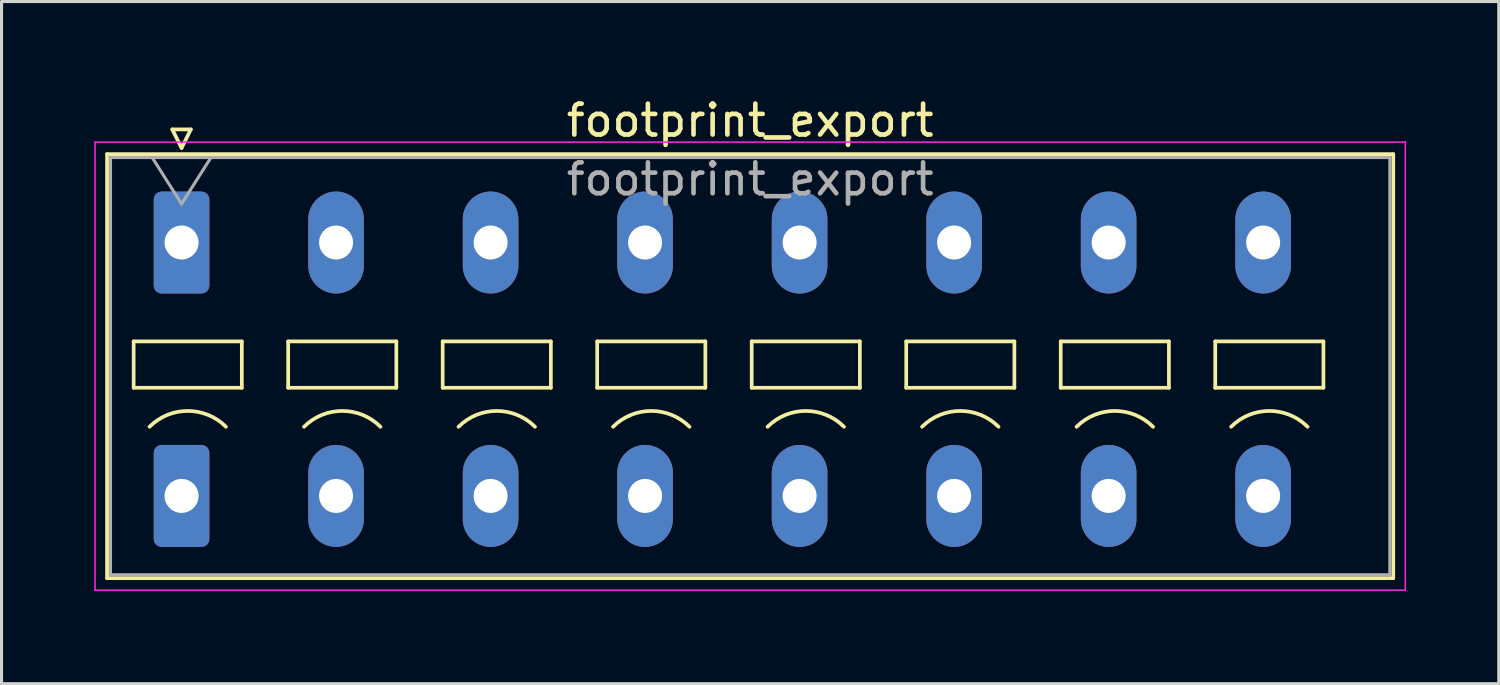
<source format=kicad_pcb>
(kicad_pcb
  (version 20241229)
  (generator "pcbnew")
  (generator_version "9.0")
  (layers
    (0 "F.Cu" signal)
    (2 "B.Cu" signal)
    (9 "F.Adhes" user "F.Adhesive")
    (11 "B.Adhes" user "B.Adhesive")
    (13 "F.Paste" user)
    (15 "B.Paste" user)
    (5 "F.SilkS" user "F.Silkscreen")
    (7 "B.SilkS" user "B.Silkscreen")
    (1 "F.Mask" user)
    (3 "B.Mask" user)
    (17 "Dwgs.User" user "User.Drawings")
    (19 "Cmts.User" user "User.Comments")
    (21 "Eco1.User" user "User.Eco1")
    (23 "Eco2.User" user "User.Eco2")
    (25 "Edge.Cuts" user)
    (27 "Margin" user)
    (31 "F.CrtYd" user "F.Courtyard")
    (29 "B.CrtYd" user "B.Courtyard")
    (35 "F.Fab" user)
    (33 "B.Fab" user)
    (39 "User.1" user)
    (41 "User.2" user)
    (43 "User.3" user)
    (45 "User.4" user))
  (footprint "footprint_export"
    (layer "F.Cu")
    (at 2.825 4.798)
    (property "Reference" "footprint_export" (at 18.4 -3.95 0) (layer "F.SilkS") (effects (font (size 1 1) (thickness 0.15))))
    (attr through_hole)
    (fp_line (start -2.41 -2.86) (end 39.21 -2.86) (stroke (width 0.12) (type solid)) (layer "F.SilkS"))
    (fp_line (start -2.41 10.86) (end -2.41 -2.86) (stroke (width 0.12) (type solid)) (layer "F.SilkS"))
    (fp_line (start -1.55 3.2) (end -1.55 4.7) (stroke (width 0.12) (type solid)) (layer "F.SilkS"))
    (fp_line (start -1.55 4.7) (end 1.95 4.7) (stroke (width 0.12) (type solid)) (layer "F.SilkS"))
    (fp_line (start -0.3 -3.66) (end 0 -3.06) (stroke (width 0.12) (type solid)) (layer "F.SilkS"))
    (fp_line (start -0.3 -3.66) (end 0.3 -3.66) (stroke (width 0.12) (type solid)) (layer "F.SilkS"))
    (fp_line (start 0.3 -3.66) (end 0 -3.06) (stroke (width 0.12) (type solid)) (layer "F.SilkS"))
    (fp_line (start 1.95 3.2) (end -1.55 3.2) (stroke (width 0.12) (type solid)) (layer "F.SilkS"))
    (fp_line (start 1.95 4.7) (end 1.95 3.2) (stroke (width 0.12) (type solid)) (layer "F.SilkS"))
    (fp_line (start 3.45 3.2) (end 3.45 4.7) (stroke (width 0.12) (type solid)) (layer "F.SilkS"))
    (fp_line (start 3.45 4.7) (end 6.95 4.7) (stroke (width 0.12) (type solid)) (layer "F.SilkS"))
    (fp_line (start 6.95 3.2) (end 3.45 3.2) (stroke (width 0.12) (type solid)) (layer "F.SilkS"))
    (fp_line (start 6.95 4.7) (end 6.95 3.2) (stroke (width 0.12) (type solid)) (layer "F.SilkS"))
    (fp_line (start 8.45 3.2) (end 8.45 4.7) (stroke (width 0.12) (type solid)) (layer "F.SilkS"))
    (fp_line (start 8.45 4.7) (end 11.95 4.7) (stroke (width 0.12) (type solid)) (layer "F.SilkS"))
    (fp_line (start 11.95 3.2) (end 8.45 3.2) (stroke (width 0.12) (type solid)) (layer "F.SilkS"))
    (fp_line (start 11.95 4.7) (end 11.95 3.2) (stroke (width 0.12) (type solid)) (layer "F.SilkS"))
    (fp_line (start 13.45 3.2) (end 13.45 4.7) (stroke (width 0.12) (type solid)) (layer "F.SilkS"))
    (fp_line (start 13.45 4.7) (end 16.95 4.7) (stroke (width 0.12) (type solid)) (layer "F.SilkS"))
    (fp_line (start 16.95 3.2) (end 13.45 3.2) (stroke (width 0.12) (type solid)) (layer "F.SilkS"))
    (fp_line (start 16.95 4.7) (end 16.95 3.2) (stroke (width 0.12) (type solid)) (layer "F.SilkS"))
    (fp_line (start 18.45 3.2) (end 18.45 4.7) (stroke (width 0.12) (type solid)) (layer "F.SilkS"))
    (fp_line (start 18.45 4.7) (end 21.95 4.7) (stroke (width 0.12) (type solid)) (layer "F.SilkS"))
    (fp_line (start 21.95 3.2) (end 18.45 3.2) (stroke (width 0.12) (type solid)) (layer "F.SilkS"))
    (fp_line (start 21.95 4.7) (end 21.95 3.2) (stroke (width 0.12) (type solid)) (layer "F.SilkS"))
    (fp_line (start 23.45 3.2) (end 23.45 4.7) (stroke (width 0.12) (type solid)) (layer "F.SilkS"))
    (fp_line (start 23.45 4.7) (end 26.95 4.7) (stroke (width 0.12) (type solid)) (layer "F.SilkS"))
    (fp_line (start 26.95 3.2) (end 23.45 3.2) (stroke (width 0.12) (type solid)) (layer "F.SilkS"))
    (fp_line (start 26.95 4.7) (end 26.95 3.2) (stroke (width 0.12) (type solid)) (layer "F.SilkS"))
    (fp_line (start 28.45 3.2) (end 28.45 4.7) (stroke (width 0.12) (type solid)) (layer "F.SilkS"))
    (fp_line (start 28.45 4.7) (end 31.95 4.7) (stroke (width 0.12) (type solid)) (layer "F.SilkS"))
    (fp_line (start 31.95 3.2) (end 28.45 3.2) (stroke (width 0.12) (type solid)) (layer "F.SilkS"))
    (fp_line (start 31.95 4.7) (end 31.95 3.2) (stroke (width 0.12) (type solid)) (layer "F.SilkS"))
    (fp_line (start 33.45 3.2) (end 33.45 4.7) (stroke (width 0.12) (type solid)) (layer "F.SilkS"))
    (fp_line (start 33.45 4.7) (end 36.95 4.7) (stroke (width 0.12) (type solid)) (layer "F.SilkS"))
    (fp_line (start 36.95 3.2) (end 33.45 3.2) (stroke (width 0.12) (type solid)) (layer "F.SilkS"))
    (fp_line (start 36.95 4.7) (end 36.95 3.2) (stroke (width 0.12) (type solid)) (layer "F.SilkS"))
    (fp_line (start 39.21 -2.86) (end 39.21 10.86) (stroke (width 0.12) (type solid)) (layer "F.SilkS"))
    (fp_line (start 39.21 10.86) (end -2.41 10.86) (stroke (width 0.12) (type solid)) (layer "F.SilkS"))
    (fp_arc (start -1.037437 5.962563) (mid 0.2 5.45) (end 1.437437 5.962563) (stroke (width 0.12) (type solid)) (layer "F.SilkS"))
    (fp_arc (start 3.962563 5.962563) (mid 5.2 5.45) (end 6.437437 5.962563) (stroke (width 0.12) (type solid)) (layer "F.SilkS"))
    (fp_arc (start 8.962563 5.962563) (mid 10.2 5.45) (end 11.437437 5.962563) (stroke (width 0.12) (type solid)) (layer "F.SilkS"))
    (fp_arc (start 13.962563 5.962563) (mid 15.2 5.45) (end 16.437437 5.962563) (stroke (width 0.12) (type solid)) (layer "F.SilkS"))
    (fp_arc (start 18.962563 5.962563) (mid 20.2 5.45) (end 21.437437 5.962563) (stroke (width 0.12) (type solid)) (layer "F.SilkS"))
    (fp_arc (start 23.962563 5.962563) (mid 25.2 5.45) (end 26.437437 5.962563) (stroke (width 0.12) (type solid)) (layer "F.SilkS"))
    (fp_arc (start 28.962563 5.962563) (mid 30.2 5.45) (end 31.437437 5.962563) (stroke (width 0.12) (type solid)) (layer "F.SilkS"))
    (fp_arc (start 33.962563 5.962563) (mid 35.2 5.45) (end 36.437437 5.962563) (stroke (width 0.12) (type solid)) (layer "F.SilkS"))
    (fp_line (start -2.8 -3.25) (end -2.8 11.25) (stroke (width 0.05) (type solid)) (layer "F.CrtYd"))
    (fp_line (start -2.8 11.25) (end 39.6 11.25) (stroke (width 0.05) (type solid)) (layer "F.CrtYd"))
    (fp_line (start 39.6 -3.25) (end -2.8 -3.25) (stroke (width 0.05) (type solid)) (layer "F.CrtYd"))
    (fp_line (start 39.6 11.25) (end 39.6 -3.25) (stroke (width 0.05) (type solid)) (layer "F.CrtYd"))
    (fp_line (start -2.3 -2.75) (end -2.3 10.75) (stroke (width 0.1) (type solid)) (layer "F.Fab"))
    (fp_line (start -2.3 10.75) (end 39.1 10.75) (stroke (width 0.1) (type solid)) (layer "F.Fab"))
    (fp_line (start -0.95 -2.75) (end 0 -1.25) (stroke (width 0.1) (type solid)) (layer "F.Fab"))
    (fp_line (start 0.95 -2.75) (end 0 -1.25) (stroke (width 0.1) (type solid)) (layer "F.Fab"))
    (fp_line (start 39.1 -2.75) (end -2.3 -2.75) (stroke (width 0.1) (type solid)) (layer "F.Fab"))
    (fp_line (start 39.1 10.75) (end 39.1 -2.75) (stroke (width 0.1) (type solid)) (layer "F.Fab"))
    (fp_text user "${REFERENCE}" (at 18.4 -2.05 0) (layer "F.Fab") (effects (font (size 1 1) (thickness 0.15))))
    (pad "1" thru_hole roundrect (at 0 0) (size 1.8 3.3) (drill 1.1) (layers "*.Cu" "*.Mask") (roundrect_rratio 0.139))
    (pad "1" thru_hole roundrect (at 0 8.2) (size 1.8 3.3) (drill 1.1) (layers "*.Cu" "*.Mask") (roundrect_rratio 0.139))
    (pad "2" thru_hole oval (at 5 0) (size 1.8 3.3) (drill 1.1) (layers "*.Cu" "*.Mask"))
    (pad "2" thru_hole oval (at 5 8.2) (size 1.8 3.3) (drill 1.1) (layers "*.Cu" "*.Mask"))
    (pad "3" thru_hole oval (at 10 0) (size 1.8 3.3) (drill 1.1) (layers "*.Cu" "*.Mask"))
    (pad "3" thru_hole oval (at 10 8.2) (size 1.8 3.3) (drill 1.1) (layers "*.Cu" "*.Mask"))
    (pad "4" thru_hole oval (at 15 0) (size 1.8 3.3) (drill 1.1) (layers "*.Cu" "*.Mask"))
    (pad "4" thru_hole oval (at 15 8.2) (size 1.8 3.3) (drill 1.1) (layers "*.Cu" "*.Mask"))
    (pad "5" thru_hole oval (at 20 0) (size 1.8 3.3) (drill 1.1) (layers "*.Cu" "*.Mask"))
    (pad "5" thru_hole oval (at 20 8.2) (size 1.8 3.3) (drill 1.1) (layers "*.Cu" "*.Mask"))
    (pad "6" thru_hole oval (at 25 0) (size 1.8 3.3) (drill 1.1) (layers "*.Cu" "*.Mask"))
    (pad "6" thru_hole oval (at 25 8.2) (size 1.8 3.3) (drill 1.1) (layers "*.Cu" "*.Mask"))
    (pad "7" thru_hole oval (at 30 0) (size 1.8 3.3) (drill 1.1) (layers "*.Cu" "*.Mask"))
    (pad "7" thru_hole oval (at 30 8.2) (size 1.8 3.3) (drill 1.1) (layers "*.Cu" "*.Mask"))
    (pad "8" thru_hole oval (at 35 0) (size 1.8 3.3) (drill 1.1) (layers "*.Cu" "*.Mask"))
    (pad "8" thru_hole oval (at 35 8.2) (size 1.8 3.3) (drill 1.1) (layers "*.Cu" "*.Mask")))
  (gr_rect
    (start -3 -3)
    (end 45.45 19.073)
    (stroke (width 0.1) (type default))
    (fill no)
    (layer "Edge.Cuts")))
</source>
